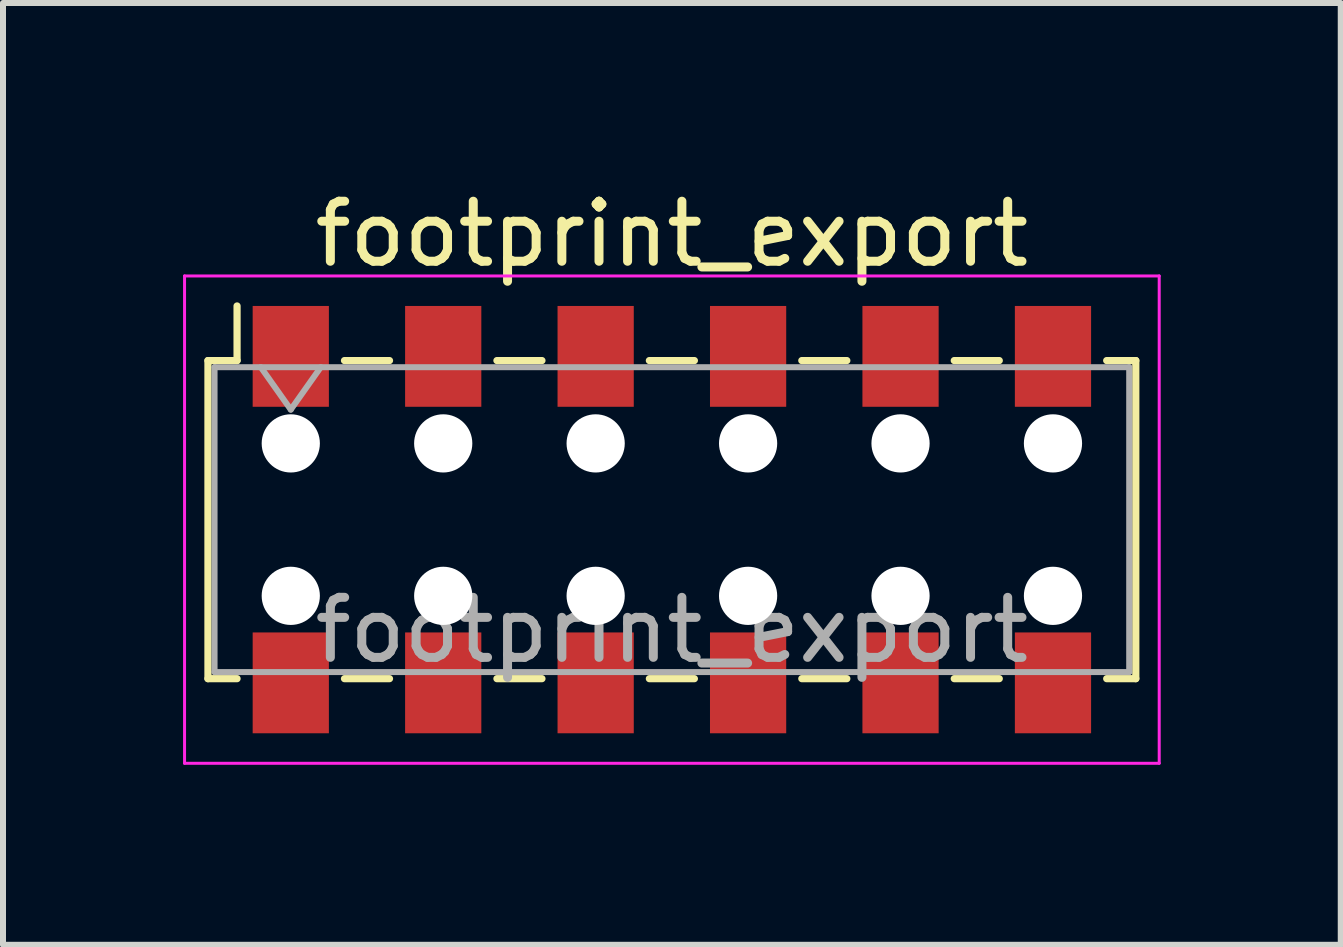
<source format=kicad_pcb>
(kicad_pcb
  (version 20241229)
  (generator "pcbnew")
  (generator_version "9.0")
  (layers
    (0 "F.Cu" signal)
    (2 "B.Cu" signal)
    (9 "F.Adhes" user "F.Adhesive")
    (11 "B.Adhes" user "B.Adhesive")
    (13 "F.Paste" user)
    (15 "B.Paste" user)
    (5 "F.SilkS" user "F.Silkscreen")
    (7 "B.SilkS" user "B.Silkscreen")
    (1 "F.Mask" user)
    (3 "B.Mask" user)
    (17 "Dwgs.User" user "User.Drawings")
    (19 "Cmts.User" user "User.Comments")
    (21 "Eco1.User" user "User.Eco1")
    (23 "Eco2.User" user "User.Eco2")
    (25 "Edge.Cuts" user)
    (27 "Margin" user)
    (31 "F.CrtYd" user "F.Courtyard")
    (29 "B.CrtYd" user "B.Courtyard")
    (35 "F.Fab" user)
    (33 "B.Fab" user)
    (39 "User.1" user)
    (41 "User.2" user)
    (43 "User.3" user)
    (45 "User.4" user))
  (footprint "footprint_export"
    (layer "F.Cu")
    (at 8.145 5.608)
    (property "Reference" "footprint_export" (at 0 -4.76 0) (layer "F.SilkS") (effects (font (size 1 1) (thickness 0.15))))
    (attr smd)
    (fp_line (start -7.73 -2.65) (end -7.73 2.65) (stroke (width 0.12) (type solid)) (layer "F.SilkS"))
    (fp_line (start -7.73 2.65) (end -7.245 2.65) (stroke (width 0.12) (type solid)) (layer "F.SilkS"))
    (fp_line (start -7.245 -3.56) (end -7.245 -2.65) (stroke (width 0.12) (type solid)) (layer "F.SilkS"))
    (fp_line (start -7.245 -2.65) (end -7.73 -2.65) (stroke (width 0.12) (type solid)) (layer "F.SilkS"))
    (fp_line (start -5.455 -2.65) (end -4.705 -2.65) (stroke (width 0.12) (type solid)) (layer "F.SilkS"))
    (fp_line (start -5.455 2.65) (end -4.705 2.65) (stroke (width 0.12) (type solid)) (layer "F.SilkS"))
    (fp_line (start -2.915 -2.65) (end -2.165 -2.65) (stroke (width 0.12) (type solid)) (layer "F.SilkS"))
    (fp_line (start -2.915 2.65) (end -2.165 2.65) (stroke (width 0.12) (type solid)) (layer "F.SilkS"))
    (fp_line (start -0.375 -2.65) (end 0.375 -2.65) (stroke (width 0.12) (type solid)) (layer "F.SilkS"))
    (fp_line (start -0.375 2.65) (end 0.375 2.65) (stroke (width 0.12) (type solid)) (layer "F.SilkS"))
    (fp_line (start 2.165 -2.65) (end 2.915 -2.65) (stroke (width 0.12) (type solid)) (layer "F.SilkS"))
    (fp_line (start 2.165 2.65) (end 2.915 2.65) (stroke (width 0.12) (type solid)) (layer "F.SilkS"))
    (fp_line (start 4.705 -2.65) (end 5.455 -2.65) (stroke (width 0.12) (type solid)) (layer "F.SilkS"))
    (fp_line (start 4.705 2.65) (end 5.455 2.65) (stroke (width 0.12) (type solid)) (layer "F.SilkS"))
    (fp_line (start 7.245 -2.65) (end 7.73 -2.65) (stroke (width 0.12) (type solid)) (layer "F.SilkS"))
    (fp_line (start 7.73 -2.65) (end 7.73 2.65) (stroke (width 0.12) (type solid)) (layer "F.SilkS"))
    (fp_line (start 7.73 2.65) (end 7.245 2.65) (stroke (width 0.12) (type solid)) (layer "F.SilkS"))
    (fp_line (start -8.12 -4.06) (end 8.12 -4.06) (stroke (width 0.05) (type solid)) (layer "F.CrtYd"))
    (fp_line (start -8.12 4.06) (end -8.12 -4.06) (stroke (width 0.05) (type solid)) (layer "F.CrtYd"))
    (fp_line (start 8.12 -4.06) (end 8.12 4.06) (stroke (width 0.05) (type solid)) (layer "F.CrtYd"))
    (fp_line (start 8.12 4.06) (end -8.12 4.06) (stroke (width 0.05) (type solid)) (layer "F.CrtYd"))
    (fp_line (start -7.62 -2.54) (end 7.62 -2.54) (stroke (width 0.1) (type solid)) (layer "F.Fab"))
    (fp_line (start -7.62 2.54) (end -7.62 -2.54) (stroke (width 0.1) (type solid)) (layer "F.Fab"))
    (fp_line (start -6.85 -2.54) (end -6.35 -1.833) (stroke (width 0.1) (type solid)) (layer "F.Fab"))
    (fp_line (start -6.35 -1.833) (end -5.85 -2.54) (stroke (width 0.1) (type solid)) (layer "F.Fab"))
    (fp_line (start 7.62 -2.54) (end 7.62 2.54) (stroke (width 0.1) (type solid)) (layer "F.Fab"))
    (fp_line (start 7.62 2.54) (end -7.62 2.54) (stroke (width 0.1) (type solid)) (layer "F.Fab"))
    (fp_text user "${REFERENCE}" (at 0 1.84 0) (layer "F.Fab") (effects (font (size 1 1) (thickness 0.15))))
    (pad "" np_thru_hole circle (at -6.35 -1.27) (size 0.97 0.97) (drill 0.97) (layers "*.Cu" "*.Mask"))
    (pad "" np_thru_hole circle (at -6.35 1.27) (size 0.97 0.97) (drill 0.97) (layers "*.Cu" "*.Mask"))
    (pad "" np_thru_hole circle (at -3.81 -1.27) (size 0.97 0.97) (drill 0.97) (layers "*.Cu" "*.Mask"))
    (pad "" np_thru_hole circle (at -3.81 1.27) (size 0.97 0.97) (drill 0.97) (layers "*.Cu" "*.Mask"))
    (pad "" np_thru_hole circle (at -1.27 -1.27) (size 0.97 0.97) (drill 0.97) (layers "*.Cu" "*.Mask"))
    (pad "" np_thru_hole circle (at -1.27 1.27) (size 0.97 0.97) (drill 0.97) (layers "*.Cu" "*.Mask"))
    (pad "" np_thru_hole circle (at 1.27 -1.27) (size 0.97 0.97) (drill 0.97) (layers "*.Cu" "*.Mask"))
    (pad "" np_thru_hole circle (at 1.27 1.27) (size 0.97 0.97) (drill 0.97) (layers "*.Cu" "*.Mask"))
    (pad "" np_thru_hole circle (at 3.81 -1.27) (size 0.97 0.97) (drill 0.97) (layers "*.Cu" "*.Mask"))
    (pad "" np_thru_hole circle (at 3.81 1.27) (size 0.97 0.97) (drill 0.97) (layers "*.Cu" "*.Mask"))
    (pad "" np_thru_hole circle (at 6.35 -1.27) (size 0.97 0.97) (drill 0.97) (layers "*.Cu" "*.Mask"))
    (pad "" np_thru_hole circle (at 6.35 1.27) (size 0.97 0.97) (drill 0.97) (layers "*.Cu" "*.Mask"))
    (pad "1" smd rect (at -6.35 -2.72) (size 1.27 1.68) (layers "F.Cu" "F.Mask" "F.Paste"))
    (pad "2" smd rect (at -6.35 2.72) (size 1.27 1.68) (layers "F.Cu" "F.Mask" "F.Paste"))
    (pad "3" smd rect (at -3.81 -2.72) (size 1.27 1.68) (layers "F.Cu" "F.Mask" "F.Paste"))
    (pad "4" smd rect (at -3.81 2.72) (size 1.27 1.68) (layers "F.Cu" "F.Mask" "F.Paste"))
    (pad "5" smd rect (at -1.27 -2.72) (size 1.27 1.68) (layers "F.Cu" "F.Mask" "F.Paste"))
    (pad "6" smd rect (at -1.27 2.72) (size 1.27 1.68) (layers "F.Cu" "F.Mask" "F.Paste"))
    (pad "7" smd rect (at 1.27 -2.72) (size 1.27 1.68) (layers "F.Cu" "F.Mask" "F.Paste"))
    (pad "8" smd rect (at 1.27 2.72) (size 1.27 1.68) (layers "F.Cu" "F.Mask" "F.Paste"))
    (pad "9" smd rect (at 3.81 -2.72) (size 1.27 1.68) (layers "F.Cu" "F.Mask" "F.Paste"))
    (pad "10" smd rect (at 3.81 2.72) (size 1.27 1.68) (layers "F.Cu" "F.Mask" "F.Paste"))
    (pad "11" smd rect (at 6.35 -2.72) (size 1.27 1.68) (layers "F.Cu" "F.Mask" "F.Paste"))
    (pad "12" smd rect (at 6.35 2.72) (size 1.27 1.68) (layers "F.Cu" "F.Mask" "F.Paste")))
  (gr_rect
    (start -3 -3)
    (end 19.29 12.693)
    (stroke (width 0.1) (type default))
    (fill no)
    (layer "Edge.Cuts")))
</source>
